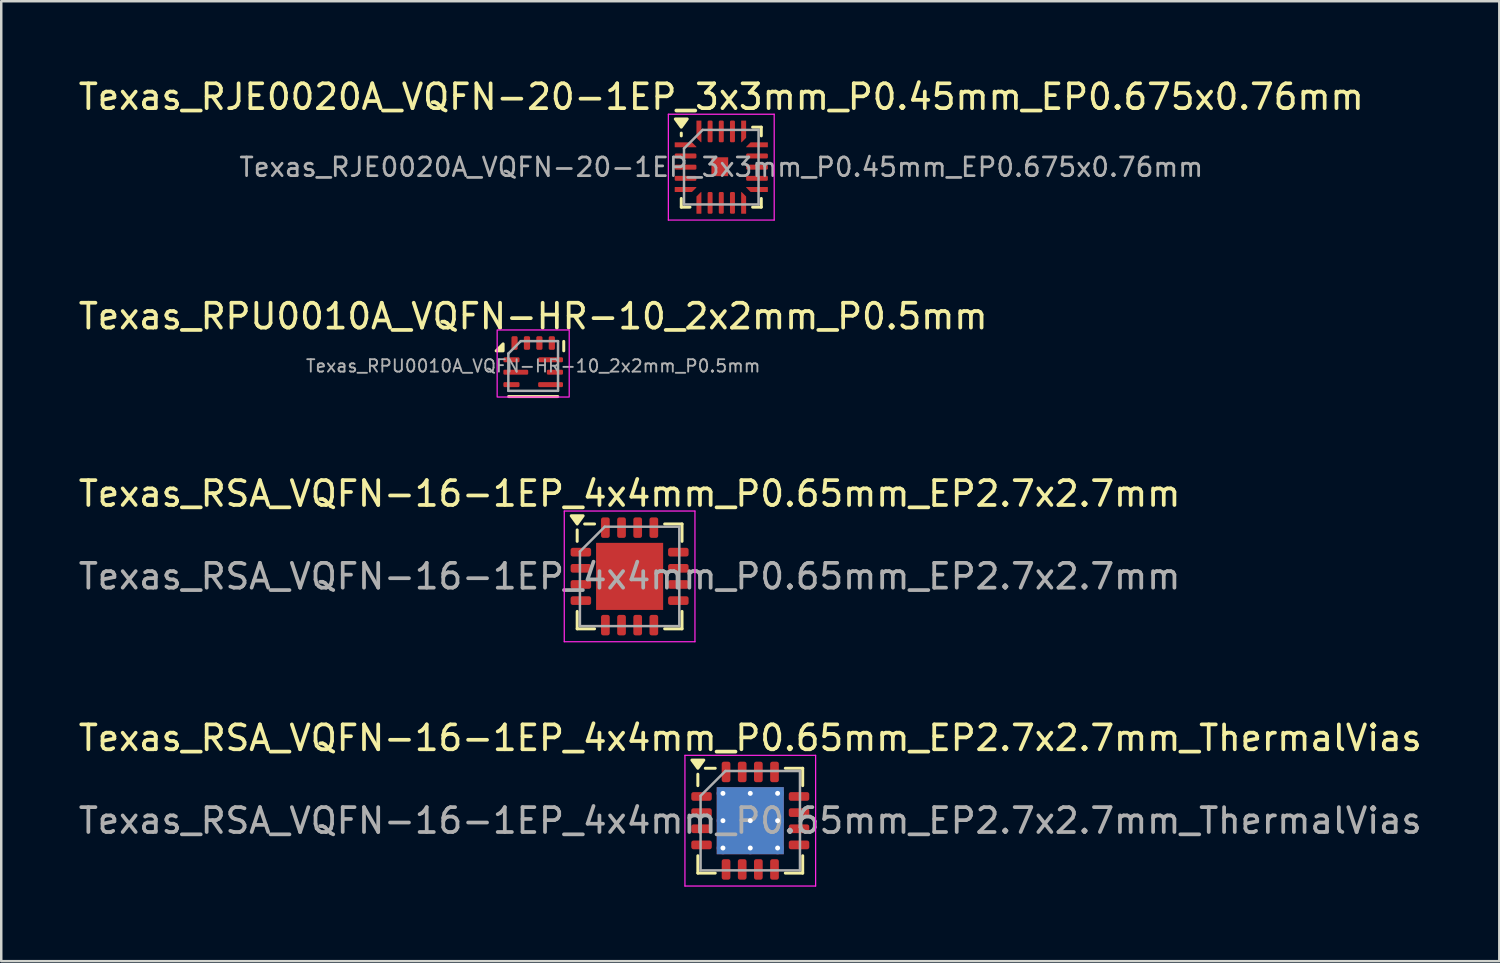
<source format=kicad_pcb>
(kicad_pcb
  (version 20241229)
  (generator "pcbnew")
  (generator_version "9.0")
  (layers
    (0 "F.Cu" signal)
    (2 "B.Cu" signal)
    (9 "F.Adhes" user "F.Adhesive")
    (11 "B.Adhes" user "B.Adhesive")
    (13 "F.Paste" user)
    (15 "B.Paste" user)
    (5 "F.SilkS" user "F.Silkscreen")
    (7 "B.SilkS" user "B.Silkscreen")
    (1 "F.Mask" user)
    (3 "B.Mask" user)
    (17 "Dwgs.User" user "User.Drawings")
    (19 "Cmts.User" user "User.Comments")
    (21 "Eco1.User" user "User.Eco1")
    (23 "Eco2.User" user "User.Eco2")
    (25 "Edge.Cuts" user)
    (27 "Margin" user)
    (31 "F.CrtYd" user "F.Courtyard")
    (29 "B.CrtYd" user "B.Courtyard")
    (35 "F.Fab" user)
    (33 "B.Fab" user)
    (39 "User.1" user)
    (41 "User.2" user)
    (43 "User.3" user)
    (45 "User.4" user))
  (footprint "Texas_RSA_VQFN-16-1EP_4x4mm_P0.65mm_EP2.7x2.7mm_ThermalVias"
    (layer "F.Cu")
    (at 27.149 29.983)
    (property "Reference" "Texas_RSA_VQFN-16-1EP_4x4mm_P0.65mm_EP2.7x2.7mm_ThermalVias" (at 0 -3.33 0) (layer "F.SilkS") (effects (font (size 1 1) (thickness 0.15))))
    (attr smd)
    (fp_line (start -2.11 -1.41) (end -2.11 -1.87) (stroke (width 0.12) (type solid)) (layer "F.SilkS"))
    (fp_line (start -2.11 2.11) (end -2.11 1.41) (stroke (width 0.12) (type solid)) (layer "F.SilkS"))
    (fp_line (start -1.41 -2.11) (end -1.81 -2.11) (stroke (width 0.12) (type solid)) (layer "F.SilkS"))
    (fp_line (start -1.41 2.11) (end -2.11 2.11) (stroke (width 0.12) (type solid)) (layer "F.SilkS"))
    (fp_line (start 1.41 -2.11) (end 2.11 -2.11) (stroke (width 0.12) (type solid)) (layer "F.SilkS"))
    (fp_line (start 1.41 2.11) (end 2.11 2.11) (stroke (width 0.12) (type solid)) (layer "F.SilkS"))
    (fp_line (start 2.11 -2.11) (end 2.11 -1.41) (stroke (width 0.12) (type solid)) (layer "F.SilkS"))
    (fp_line (start 2.11 2.11) (end 2.11 1.41) (stroke (width 0.12) (type solid)) (layer "F.SilkS"))
    (fp_poly (pts (xy -2.11 -2.11) (xy -2.35 -2.44) (xy -1.87 -2.44) (xy -2.11 -2.11)) (stroke (width 0.12) (type solid)) (fill yes) (layer "F.SilkS"))
    (fp_line (start -2.63 -2.63) (end -2.63 2.63) (stroke (width 0.05) (type solid)) (layer "F.CrtYd"))
    (fp_line (start -2.63 2.63) (end 2.63 2.63) (stroke (width 0.05) (type solid)) (layer "F.CrtYd"))
    (fp_line (start 2.63 -2.63) (end -2.63 -2.63) (stroke (width 0.05) (type solid)) (layer "F.CrtYd"))
    (fp_line (start 2.63 2.63) (end 2.63 -2.63) (stroke (width 0.05) (type solid)) (layer "F.CrtYd"))
    (fp_line (start -2 -1) (end -1 -2) (stroke (width 0.1) (type solid)) (layer "F.Fab"))
    (fp_line (start -2 2) (end -2 -1) (stroke (width 0.1) (type solid)) (layer "F.Fab"))
    (fp_line (start -1 -2) (end 2 -2) (stroke (width 0.1) (type solid)) (layer "F.Fab"))
    (fp_line (start 2 -2) (end 2 2) (stroke (width 0.1) (type solid)) (layer "F.Fab"))
    (fp_line (start 2 2) (end -2 2) (stroke (width 0.1) (type solid)) (layer "F.Fab"))
    (fp_text user "${REFERENCE}" (at 0 0 0) (layer "F.Fab") (effects (font (size 1 1) (thickness 0.15))))
    (pad "" smd roundrect (at -0.55 -0.55) (size 0.955 0.955) (layers "F.Paste") (roundrect_rratio 0.25))
    (pad "" smd roundrect (at -0.55 0.55) (size 0.955 0.955) (layers "F.Paste") (roundrect_rratio 0.25))
    (pad "" smd roundrect (at 0.55 -0.55) (size 0.955 0.955) (layers "F.Paste") (roundrect_rratio 0.25))
    (pad "" smd roundrect (at 0.55 0.55) (size 0.955 0.955) (layers "F.Paste") (roundrect_rratio 0.25))
    (pad "1" smd roundrect (at -1.962 -0.975) (size 0.825 0.35) (layers "F.Cu" "F.Mask" "F.Paste") (roundrect_rratio 0.25))
    (pad "2" smd roundrect (at -1.962 -0.325) (size 0.825 0.35) (layers "F.Cu" "F.Mask" "F.Paste") (roundrect_rratio 0.25))
    (pad "3" smd roundrect (at -1.962 0.325) (size 0.825 0.35) (layers "F.Cu" "F.Mask" "F.Paste") (roundrect_rratio 0.25))
    (pad "4" smd roundrect (at -1.962 0.975) (size 0.825 0.35) (layers "F.Cu" "F.Mask" "F.Paste") (roundrect_rratio 0.25))
    (pad "5" smd roundrect (at -0.975 1.962) (size 0.35 0.825) (layers "F.Cu" "F.Mask" "F.Paste") (roundrect_rratio 0.25))
    (pad "6" smd roundrect (at -0.325 1.962) (size 0.35 0.825) (layers "F.Cu" "F.Mask" "F.Paste") (roundrect_rratio 0.25))
    (pad "7" smd roundrect (at 0.325 1.962) (size 0.35 0.825) (layers "F.Cu" "F.Mask" "F.Paste") (roundrect_rratio 0.25))
    (pad "8" smd roundrect (at 0.975 1.962) (size 0.35 0.825) (layers "F.Cu" "F.Mask" "F.Paste") (roundrect_rratio 0.25))
    (pad "9" smd roundrect (at 1.962 0.975) (size 0.825 0.35) (layers "F.Cu" "F.Mask" "F.Paste") (roundrect_rratio 0.25))
    (pad "10" smd roundrect (at 1.962 0.325) (size 0.825 0.35) (layers "F.Cu" "F.Mask" "F.Paste") (roundrect_rratio 0.25))
    (pad "11" smd roundrect (at 1.962 -0.325) (size 0.825 0.35) (layers "F.Cu" "F.Mask" "F.Paste") (roundrect_rratio 0.25))
    (pad "12" smd roundrect (at 1.962 -0.975) (size 0.825 0.35) (layers "F.Cu" "F.Mask" "F.Paste") (roundrect_rratio 0.25))
    (pad "13" smd roundrect (at 0.975 -1.962) (size 0.35 0.825) (layers "F.Cu" "F.Mask" "F.Paste") (roundrect_rratio 0.25))
    (pad "14" smd roundrect (at 0.325 -1.962) (size 0.35 0.825) (layers "F.Cu" "F.Mask" "F.Paste") (roundrect_rratio 0.25))
    (pad "15" smd roundrect (at -0.325 -1.962) (size 0.35 0.825) (layers "F.Cu" "F.Mask" "F.Paste") (roundrect_rratio 0.25))
    (pad "16" smd roundrect (at -0.975 -1.962) (size 0.35 0.825) (layers "F.Cu" "F.Mask" "F.Paste") (roundrect_rratio 0.25))
    (pad "17" thru_hole circle (at -1.1 -1.1) (size 0.5 0.5) (drill 0.2) (property pad_prop_heatsink) (layers "*.Cu"))
    (pad "17" thru_hole circle (at -1.1 0) (size 0.5 0.5) (drill 0.2) (property pad_prop_heatsink) (layers "*.Cu"))
    (pad "17" thru_hole circle (at -1.1 1.1) (size 0.5 0.5) (drill 0.2) (property pad_prop_heatsink) (layers "*.Cu"))
    (pad "17" thru_hole circle (at 0 -1.1) (size 0.5 0.5) (drill 0.2) (property pad_prop_heatsink) (layers "*.Cu"))
    (pad "17" thru_hole circle (at 0 0) (size 0.5 0.5) (drill 0.2) (property pad_prop_heatsink) (layers "*.Cu"))
    (pad "17" smd rect (at 0 0) (size 2.7 2.7) (property pad_prop_heatsink) (layers "F.Cu" "F.Mask"))
    (pad "17" smd rect (at 0 0) (size 2.7 2.7) (property pad_prop_heatsink) (layers "B.Cu"))
    (pad "17" thru_hole circle (at 0 1.1) (size 0.5 0.5) (drill 0.2) (property pad_prop_heatsink) (layers "*.Cu"))
    (pad "17" thru_hole circle (at 1.1 -1.1) (size 0.5 0.5) (drill 0.2) (property pad_prop_heatsink) (layers "*.Cu"))
    (pad "17" thru_hole circle (at 1.1 0) (size 0.5 0.5) (drill 0.2) (property pad_prop_heatsink) (layers "*.Cu"))
    (pad "17" thru_hole circle (at 1.1 1.1) (size 0.5 0.5) (drill 0.2) (property pad_prop_heatsink) (layers "*.Cu")))
  (footprint "Texas_RSA_VQFN-16-1EP_4x4mm_P0.65mm_EP2.7x2.7mm"
    (layer "F.Cu")
    (at 22.292 20.15)
    (property "Reference" "Texas_RSA_VQFN-16-1EP_4x4mm_P0.65mm_EP2.7x2.7mm" (at 0 -3.33 0) (layer "F.SilkS") (effects (font (size 1 1) (thickness 0.15))))
    (attr smd)
    (fp_line (start -2.11 -1.41) (end -2.11 -1.87) (stroke (width 0.12) (type solid)) (layer "F.SilkS"))
    (fp_line (start -2.11 2.11) (end -2.11 1.41) (stroke (width 0.12) (type solid)) (layer "F.SilkS"))
    (fp_line (start -1.41 -2.11) (end -1.81 -2.11) (stroke (width 0.12) (type solid)) (layer "F.SilkS"))
    (fp_line (start -1.41 2.11) (end -2.11 2.11) (stroke (width 0.12) (type solid)) (layer "F.SilkS"))
    (fp_line (start 1.41 -2.11) (end 2.11 -2.11) (stroke (width 0.12) (type solid)) (layer "F.SilkS"))
    (fp_line (start 1.41 2.11) (end 2.11 2.11) (stroke (width 0.12) (type solid)) (layer "F.SilkS"))
    (fp_line (start 2.11 -2.11) (end 2.11 -1.41) (stroke (width 0.12) (type solid)) (layer "F.SilkS"))
    (fp_line (start 2.11 2.11) (end 2.11 1.41) (stroke (width 0.12) (type solid)) (layer "F.SilkS"))
    (fp_poly (pts (xy -2.11 -2.11) (xy -2.35 -2.44) (xy -1.87 -2.44) (xy -2.11 -2.11)) (stroke (width 0.12) (type solid)) (fill yes) (layer "F.SilkS"))
    (fp_line (start -2.63 -2.63) (end -2.63 2.63) (stroke (width 0.05) (type solid)) (layer "F.CrtYd"))
    (fp_line (start -2.63 2.63) (end 2.63 2.63) (stroke (width 0.05) (type solid)) (layer "F.CrtYd"))
    (fp_line (start 2.63 -2.63) (end -2.63 -2.63) (stroke (width 0.05) (type solid)) (layer "F.CrtYd"))
    (fp_line (start 2.63 2.63) (end 2.63 -2.63) (stroke (width 0.05) (type solid)) (layer "F.CrtYd"))
    (fp_line (start -2 -1) (end -1 -2) (stroke (width 0.1) (type solid)) (layer "F.Fab"))
    (fp_line (start -2 2) (end -2 -1) (stroke (width 0.1) (type solid)) (layer "F.Fab"))
    (fp_line (start -1 -2) (end 2 -2) (stroke (width 0.1) (type solid)) (layer "F.Fab"))
    (fp_line (start 2 -2) (end 2 2) (stroke (width 0.1) (type solid)) (layer "F.Fab"))
    (fp_line (start 2 2) (end -2 2) (stroke (width 0.1) (type solid)) (layer "F.Fab"))
    (fp_text user "${REFERENCE}" (at 0 0 0) (layer "F.Fab") (effects (font (size 1 1) (thickness 0.15))))
    (pad "" smd roundrect (at -0.9 -0.9) (size 0.73 0.73) (layers "F.Paste") (roundrect_rratio 0.25))
    (pad "" smd roundrect (at -0.9 0) (size 0.73 0.73) (layers "F.Paste") (roundrect_rratio 0.25))
    (pad "" smd roundrect (at -0.9 0.9) (size 0.73 0.73) (layers "F.Paste") (roundrect_rratio 0.25))
    (pad "" smd roundrect (at 0 -0.9) (size 0.73 0.73) (layers "F.Paste") (roundrect_rratio 0.25))
    (pad "" smd roundrect (at 0 0) (size 0.73 0.73) (layers "F.Paste") (roundrect_rratio 0.25))
    (pad "" smd roundrect (at 0 0.9) (size 0.73 0.73) (layers "F.Paste") (roundrect_rratio 0.25))
    (pad "" smd roundrect (at 0.9 -0.9) (size 0.73 0.73) (layers "F.Paste") (roundrect_rratio 0.25))
    (pad "" smd roundrect (at 0.9 0) (size 0.73 0.73) (layers "F.Paste") (roundrect_rratio 0.25))
    (pad "" smd roundrect (at 0.9 0.9) (size 0.73 0.73) (layers "F.Paste") (roundrect_rratio 0.25))
    (pad "1" smd roundrect (at -1.962 -0.975) (size 0.825 0.35) (layers "F.Cu" "F.Mask" "F.Paste") (roundrect_rratio 0.25))
    (pad "2" smd roundrect (at -1.962 -0.325) (size 0.825 0.35) (layers "F.Cu" "F.Mask" "F.Paste") (roundrect_rratio 0.25))
    (pad "3" smd roundrect (at -1.962 0.325) (size 0.825 0.35) (layers "F.Cu" "F.Mask" "F.Paste") (roundrect_rratio 0.25))
    (pad "4" smd roundrect (at -1.962 0.975) (size 0.825 0.35) (layers "F.Cu" "F.Mask" "F.Paste") (roundrect_rratio 0.25))
    (pad "5" smd roundrect (at -0.975 1.962) (size 0.35 0.825) (layers "F.Cu" "F.Mask" "F.Paste") (roundrect_rratio 0.25))
    (pad "6" smd roundrect (at -0.325 1.962) (size 0.35 0.825) (layers "F.Cu" "F.Mask" "F.Paste") (roundrect_rratio 0.25))
    (pad "7" smd roundrect (at 0.325 1.962) (size 0.35 0.825) (layers "F.Cu" "F.Mask" "F.Paste") (roundrect_rratio 0.25))
    (pad "8" smd roundrect (at 0.975 1.962) (size 0.35 0.825) (layers "F.Cu" "F.Mask" "F.Paste") (roundrect_rratio 0.25))
    (pad "9" smd roundrect (at 1.962 0.975) (size 0.825 0.35) (layers "F.Cu" "F.Mask" "F.Paste") (roundrect_rratio 0.25))
    (pad "10" smd roundrect (at 1.962 0.325) (size 0.825 0.35) (layers "F.Cu" "F.Mask" "F.Paste") (roundrect_rratio 0.25))
    (pad "11" smd roundrect (at 1.962 -0.325) (size 0.825 0.35) (layers "F.Cu" "F.Mask" "F.Paste") (roundrect_rratio 0.25))
    (pad "12" smd roundrect (at 1.962 -0.975) (size 0.825 0.35) (layers "F.Cu" "F.Mask" "F.Paste") (roundrect_rratio 0.25))
    (pad "13" smd roundrect (at 0.975 -1.962) (size 0.35 0.825) (layers "F.Cu" "F.Mask" "F.Paste") (roundrect_rratio 0.25))
    (pad "14" smd roundrect (at 0.325 -1.962) (size 0.35 0.825) (layers "F.Cu" "F.Mask" "F.Paste") (roundrect_rratio 0.25))
    (pad "15" smd roundrect (at -0.325 -1.962) (size 0.35 0.825) (layers "F.Cu" "F.Mask" "F.Paste") (roundrect_rratio 0.25))
    (pad "16" smd roundrect (at -0.975 -1.962) (size 0.35 0.825) (layers "F.Cu" "F.Mask" "F.Paste") (roundrect_rratio 0.25))
    (pad "17" smd rect (at 0 0) (size 2.7 2.7) (property pad_prop_heatsink) (layers "F.Cu" "F.Mask")))
  (footprint "Texas_RJE0020A_VQFN-20-1EP_3x3mm_P0.45mm_EP0.675x0.76mm"
    (layer "F.Cu")
    (at 25.982 3.678)
    (property "Reference" "Texas_RJE0020A_VQFN-20-1EP_3x3mm_P0.45mm_EP0.675x0.76mm" (at 0 -2.83 0) (layer "F.SilkS") (effects (font (size 1 1) (thickness 0.15))))
    (attr smd)
    (fp_line (start -1.61 -1.26) (end -1.61 -1.37) (stroke (width 0.12) (type solid)) (layer "F.SilkS"))
    (fp_line (start -1.61 1.61) (end -1.61 1.26) (stroke (width 0.12) (type solid)) (layer "F.SilkS"))
    (fp_line (start -1.26 1.61) (end -1.61 1.61) (stroke (width 0.12) (type solid)) (layer "F.SilkS"))
    (fp_line (start 1.26 -1.61) (end 1.61 -1.61) (stroke (width 0.12) (type solid)) (layer "F.SilkS"))
    (fp_line (start 1.26 1.61) (end 1.61 1.61) (stroke (width 0.12) (type solid)) (layer "F.SilkS"))
    (fp_line (start 1.61 -1.61) (end 1.61 -1.26) (stroke (width 0.12) (type solid)) (layer "F.SilkS"))
    (fp_line (start 1.61 1.61) (end 1.61 1.26) (stroke (width 0.12) (type solid)) (layer "F.SilkS"))
    (fp_poly (pts (xy -1.61 -1.61) (xy -1.85 -1.94) (xy -1.37 -1.94) (xy -1.61 -1.61)) (stroke (width 0.12) (type solid)) (fill yes) (layer "F.SilkS"))
    (fp_line (start -2.13 -2.13) (end -2.13 2.13) (stroke (width 0.05) (type solid)) (layer "F.CrtYd"))
    (fp_line (start -2.13 2.13) (end 2.13 2.13) (stroke (width 0.05) (type solid)) (layer "F.CrtYd"))
    (fp_line (start 2.13 -2.13) (end -2.13 -2.13) (stroke (width 0.05) (type solid)) (layer "F.CrtYd"))
    (fp_line (start 2.13 2.13) (end 2.13 -2.13) (stroke (width 0.05) (type solid)) (layer "F.CrtYd"))
    (fp_line (start -1.5 -0.75) (end -0.75 -1.5) (stroke (width 0.1) (type solid)) (layer "F.Fab"))
    (fp_line (start -1.5 1.5) (end -1.5 -0.75) (stroke (width 0.1) (type solid)) (layer "F.Fab"))
    (fp_line (start -0.75 -1.5) (end 1.5 -1.5) (stroke (width 0.1) (type solid)) (layer "F.Fab"))
    (fp_line (start 1.5 -1.5) (end 1.5 1.5) (stroke (width 0.1) (type solid)) (layer "F.Fab"))
    (fp_line (start 1.5 1.5) (end -1.5 1.5) (stroke (width 0.1) (type solid)) (layer "F.Fab"))
    (fp_text user "${REFERENCE}" (at 0 0 0) (layer "F.Fab") (effects (font (size 0.75 0.75) (thickness 0.11))))
    (pad "" smd roundrect (at -0.06 -0.018) (size 0.64 0.72) (layers "F.Paste") (roundrect_rratio 0.25))
    (pad "1" smd custom (at -1.438 -0.9) (size 0.073 0.073) (layers "F.Cu" "F.Mask" "F.Paste") (options (anchor circle)) (primitives (gr_poly (pts (xy -0.427 -0.09) (xy 0.253 -0.09) (xy 0.427 0.084) (xy 0.427 0.09) (xy -0.427 0.09)) (width 0.02) (fill yes))))
    (pad "2" smd roundrect (at -1.438 -0.45) (size 0.875 0.2) (layers "F.Cu" "F.Mask" "F.Paste") (roundrect_rratio 0.25))
    (pad "3" smd roundrect (at -1.438 0) (size 0.875 0.2) (layers "F.Cu" "F.Mask" "F.Paste") (roundrect_rratio 0.25))
    (pad "4" smd roundrect (at -1.438 0.45) (size 0.875 0.2) (layers "F.Cu" "F.Mask" "F.Paste") (roundrect_rratio 0.25))
    (pad "5" smd custom (at -1.438 0.9) (size 0.073 0.073) (layers "F.Cu" "F.Mask" "F.Paste") (options (anchor circle)) (primitives (gr_poly (pts (xy -0.427 -0.09) (xy 0.427 -0.09) (xy 0.427 -0.084) (xy 0.253 0.09) (xy -0.427 0.09)) (width 0.02) (fill yes))))
    (pad "6" smd custom (at -0.9 1.438) (size 0.073 0.073) (layers "F.Cu" "F.Mask" "F.Paste") (options (anchor circle)) (primitives (gr_poly (pts (xy -0.09 -0.253) (xy 0.084 -0.427) (xy 0.09 -0.427) (xy 0.09 0.427) (xy -0.09 0.427)) (width 0.02) (fill yes))))
    (pad "7" smd roundrect (at -0.45 1.438) (size 0.2 0.875) (layers "F.Cu" "F.Mask" "F.Paste") (roundrect_rratio 0.25))
    (pad "8" smd roundrect (at 0 1.438) (size 0.2 0.875) (layers "F.Cu" "F.Mask" "F.Paste") (roundrect_rratio 0.25))
    (pad "9" smd roundrect (at 0.45 1.438) (size 0.2 0.875) (layers "F.Cu" "F.Mask" "F.Paste") (roundrect_rratio 0.25))
    (pad "10" smd custom (at 0.9 1.438) (size 0.073 0.073) (layers "F.Cu" "F.Mask" "F.Paste") (options (anchor circle)) (primitives (gr_poly (pts (xy -0.09 -0.427) (xy -0.084 -0.427) (xy 0.09 -0.253) (xy 0.09 0.427) (xy -0.09 0.427)) (width 0.02) (fill yes))))
    (pad "11" smd custom (at 1.438 0.9) (size 0.073 0.073) (layers "F.Cu" "F.Mask" "F.Paste") (options (anchor circle)) (primitives (gr_poly (pts (xy -0.427 -0.09) (xy 0.427 -0.09) (xy 0.427 0.09) (xy -0.253 0.09) (xy -0.427 -0.084)) (width 0.02) (fill yes))))
    (pad "12" smd roundrect (at 1.438 0.45) (size 0.875 0.2) (layers "F.Cu" "F.Mask" "F.Paste") (roundrect_rratio 0.25))
    (pad "13" smd roundrect (at 1.438 0) (size 0.875 0.2) (layers "F.Cu" "F.Mask" "F.Paste") (roundrect_rratio 0.25))
    (pad "14" smd roundrect (at 1.438 -0.45) (size 0.875 0.2) (layers "F.Cu" "F.Mask" "F.Paste") (roundrect_rratio 0.25))
    (pad "15" smd custom (at 1.438 -0.9) (size 0.073 0.073) (layers "F.Cu" "F.Mask" "F.Paste") (options (anchor circle)) (primitives (gr_poly (pts (xy -0.427 0.084) (xy -0.253 -0.09) (xy 0.427 -0.09) (xy 0.427 0.09) (xy -0.427 0.09)) (width 0.02) (fill yes))))
    (pad "16" smd custom (at 0.9 -1.438) (size 0.073 0.073) (layers "F.Cu" "F.Mask" "F.Paste") (options (anchor circle)) (primitives (gr_poly (pts (xy -0.09 -0.427) (xy 0.09 -0.427) (xy 0.09 0.253) (xy -0.084 0.427) (xy -0.09 0.427)) (width 0.02) (fill yes))))
    (pad "17" smd roundrect (at 0.45 -1.438) (size 0.2 0.875) (layers "F.Cu" "F.Mask" "F.Paste") (roundrect_rratio 0.25))
    (pad "18" smd roundrect (at 0 -1.438) (size 0.2 0.875) (layers "F.Cu" "F.Mask" "F.Paste") (roundrect_rratio 0.25))
    (pad "19" smd roundrect (at -0.45 -1.438) (size 0.2 0.875) (layers "F.Cu" "F.Mask" "F.Paste") (roundrect_rratio 0.25))
    (pad "20" smd custom (at -0.9 -1.438) (size 0.073 0.073) (layers "F.Cu" "F.Mask" "F.Paste") (options (anchor circle)) (primitives (gr_poly (pts (xy -0.09 -0.427) (xy 0.09 -0.427) (xy 0.09 0.427) (xy 0.084 0.427) (xy -0.09 0.253)) (width 0.02) (fill yes))))
    (pad "21" smd rect (at -0.06 -0.018) (size 0.675 0.76) (property pad_prop_heatsink) (layers "F.Cu" "F.Mask")))
  (footprint "Texas_RPU0010A_VQFN-HR-10_2x2mm_P0.5mm"
    (layer "F.Cu")
    (at 18.411 11.681)
    (property "Reference" "Texas_RPU0010A_VQFN-HR-10_2x2mm_P0.5mm" (at 0 -2 0) (unlocked yes) (layer "F.SilkS") (effects (font (size 1 1) (thickness 0.15))))
    (attr smd)
    (fp_line (start -0.99 1.23) (end 0.99 1.23) (stroke (width 0.12) (type default)) (layer "F.SilkS"))
    (fp_line (start 1.23 -0.61) (end 1.23 -0.99) (stroke (width 0.12) (type default)) (layer "F.SilkS"))
    (fp_poly (pts (xy -1.21 -0.61) (xy -1.49 -0.61) (xy -1.21 -0.89) (xy -1.21 -0.61)) (stroke (width 0.12) (type solid)) (fill yes) (layer "F.SilkS"))
    (fp_rect (start -1.45 -1.45) (end 1.45 1.25) (stroke (width 0.05) (type default)) (fill no) (layer "F.CrtYd"))
    (fp_line (start -1 -0.5) (end -1 1) (stroke (width 0.1) (type default)) (layer "F.Fab"))
    (fp_line (start -1 -0.5) (end -0.5 -1) (stroke (width 0.1) (type default)) (layer "F.Fab"))
    (fp_line (start -1 1) (end 1 1) (stroke (width 0.1) (type default)) (layer "F.Fab"))
    (fp_line (start 1 -1) (end -0.5 -1) (stroke (width 0.1) (type default)) (layer "F.Fab"))
    (fp_line (start 1 1) (end 1 -1) (stroke (width 0.1) (type default)) (layer "F.Fab"))
    (fp_text user "${REFERENCE}" (at 0 0 0) (unlocked yes) (layer "F.Fab") (effects (font (size 0.5 0.5) (thickness 0.075))))
    (pad "1" smd roundrect (at -0.875 -0.25) (size 0.65 0.2) (layers "F.Cu" "F.Mask" "F.Paste") (roundrect_rratio 0.25))
    (pad "2" smd roundrect (at -0.7 0.25) (size 1 0.2) (layers "F.Cu" "F.Mask" "F.Paste") (roundrect_rratio 0.25))
    (pad "3" smd roundrect (at -0.875 0.75) (size 0.65 0.2) (layers "F.Cu" "F.Mask" "F.Paste") (roundrect_rratio 0.25))
    (pad "4" smd roundrect (at 0.7 0.75) (size 1 0.2) (layers "F.Cu" "F.Mask" "F.Paste") (roundrect_rratio 0.25))
    (pad "5" smd roundrect (at 0.875 0.25) (size 0.65 0.2) (layers "F.Cu" "F.Mask" "F.Paste") (roundrect_rratio 0.25))
    (pad "6" smd roundrect (at 0.7 -0.25) (size 1 0.2) (layers "F.Cu" "F.Mask" "F.Paste") (roundrect_rratio 0.25))
    (pad "7" smd roundrect (at 0.75 -0.925) (size 0.25 0.55) (layers "F.Cu" "F.Mask" "F.Paste") (roundrect_rratio 0.25))
    (pad "8" smd roundrect (at 0.25 -0.925) (size 0.25 0.55) (layers "F.Cu" "F.Mask" "F.Paste") (roundrect_rratio 0.25))
    (pad "9" smd roundrect (at -0.25 -0.925) (size 0.25 0.55) (layers "F.Cu" "F.Mask" "F.Paste") (roundrect_rratio 0.25))
    (pad "10" smd roundrect (at -0.75 -0.925) (size 0.25 0.55) (layers "F.Cu" "F.Mask" "F.Paste") (roundrect_rratio 0.25)))
  (gr_rect
    (start -3 -3)
    (end 57.298 35.638)
    (stroke (width 0.1) (type default))
    (fill no)
    (layer "Edge.Cuts")))
</source>
